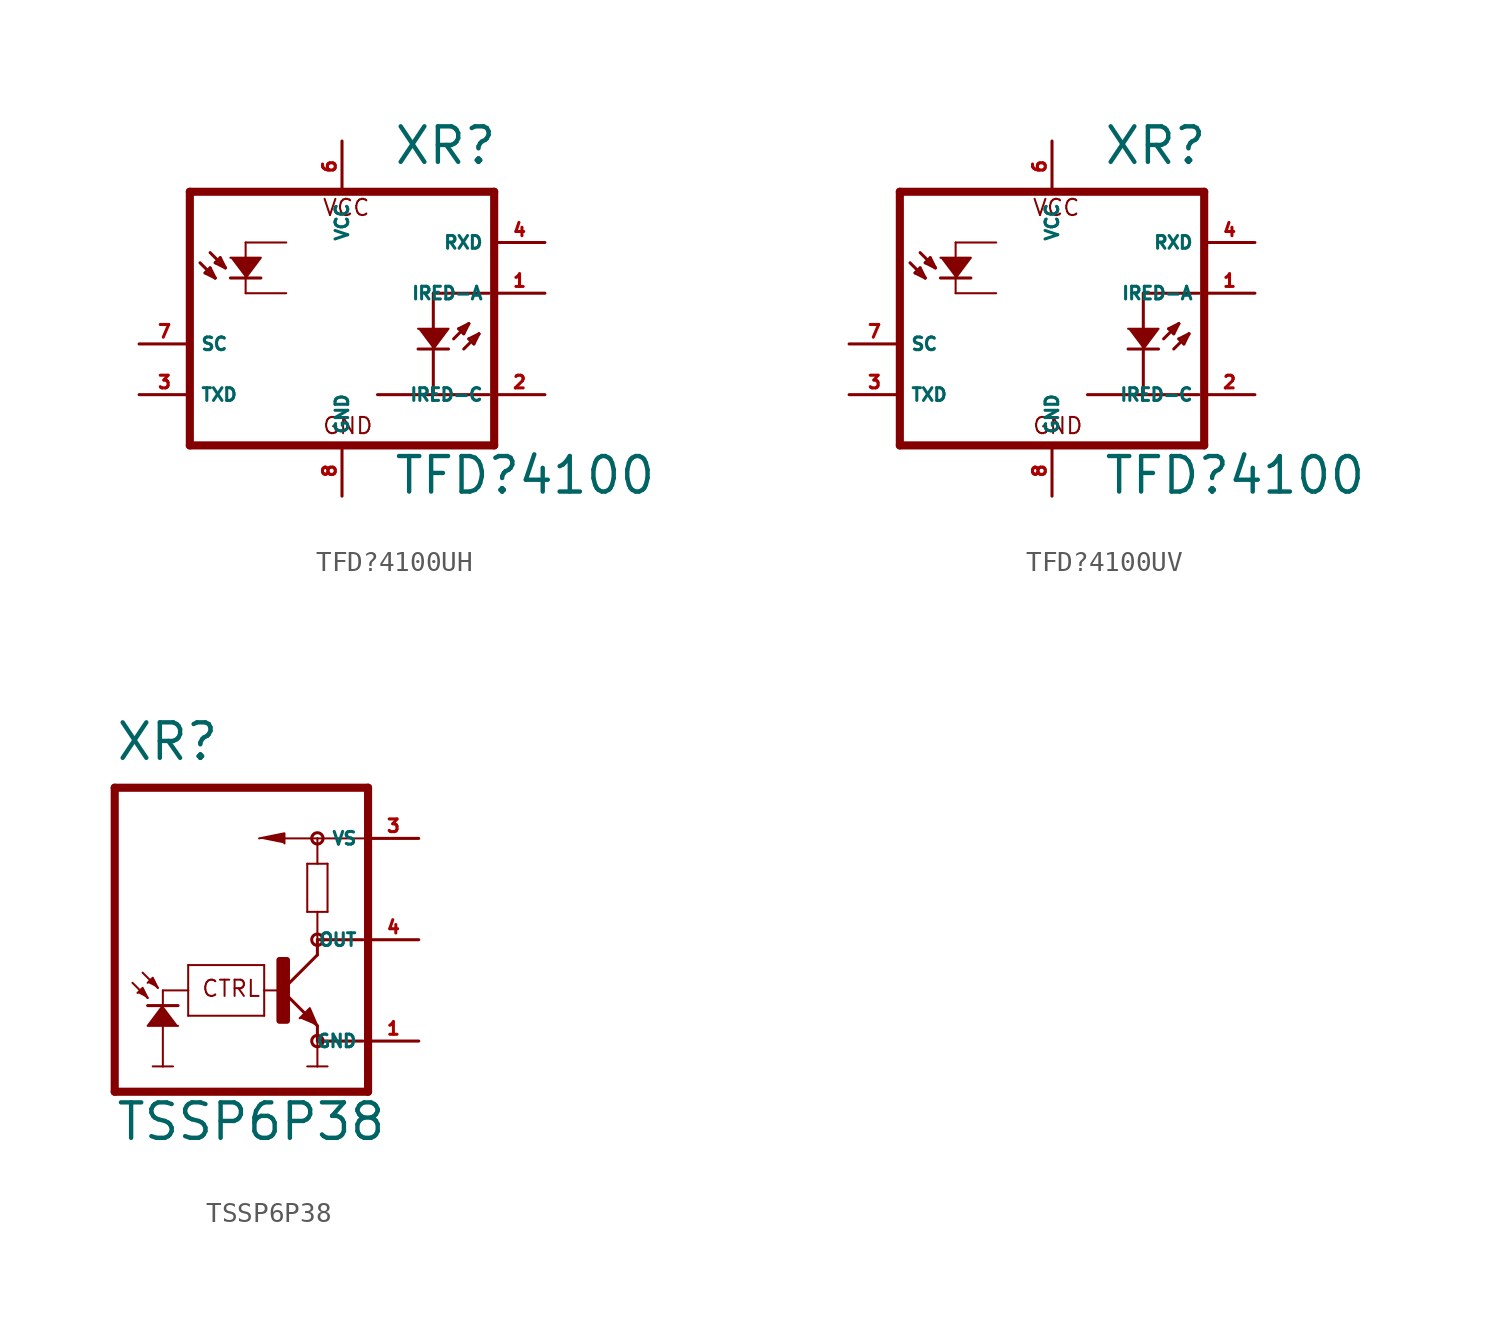
<source format=kicad_sym>
(kicad_symbol_lib
  (version 20220914)
  (generator Eagle2Kicad)
  (symbol "TFD?4100UH"
    (property "Reference" "XR"
      (at 2.54 6.35 0)
      (effects (font (size 1.778 1.778) (thickness 0.22)) (justify left bottom)))
    (property "Value" "TFD?4100"
      (at 2.54 -10.16 0)
      (effects (font (size 1.778 1.778) (thickness 0.22)) (justify left bottom)))
    (polyline
      (pts (xy -5.588 1.778) (xy -4.064 1.778) (xy -4.826 0.762))
      (stroke (width 0.102) (type default))
      (fill (type outline)))
    (polyline
      (pts (xy 3.81 -1.778) (xy 5.334 -1.778) (xy 4.572 -2.794))
      (stroke (width 0.102) (type default))
      (fill (type outline)))
    (polyline
      (pts (xy -7.62 5.08) (xy 7.62 5.08))
      (stroke (width 0.406) (type default))
      (fill (type none)))
    (polyline
      (pts (xy 7.62 5.08) (xy 7.62 -7.62))
      (stroke (width 0.406) (type default))
      (fill (type none)))
    (polyline
      (pts (xy 7.62 -7.62) (xy -7.62 -7.62))
      (stroke (width 0.406) (type default))
      (fill (type none)))
    (polyline
      (pts (xy -7.62 -7.62) (xy -7.62 5.08))
      (stroke (width 0.406) (type default))
      (fill (type none)))
    (polyline
      (pts (xy -4.826 2.54) (xy -4.826 0))
      (stroke (width 0.102) (type default))
      (fill (type none)))
    (polyline
      (pts (xy -4.826 0) (xy -2.794 0))
      (stroke (width 0.102) (type default))
      (fill (type none)))
    (polyline
      (pts (xy -4.826 2.54) (xy -2.794 2.54))
      (stroke (width 0.102) (type default))
      (fill (type none)))
    (polyline
      (pts (xy -5.588 0.762) (xy -4.064 0.762))
      (stroke (width 0.152) (type default))
      (fill (type none)))
    (polyline
      (pts (xy -6.604 2.032) (xy -5.842 1.27))
      (stroke (width 0.152) (type default))
      (fill (type none)))
    (polyline
      (pts (xy -5.842 1.27) (xy -6.096 1.778))
      (stroke (width 0.152) (type default))
      (fill (type none)))
    (polyline
      (pts (xy -6.096 1.778) (xy -6.35 1.524))
      (stroke (width 0.152) (type default))
      (fill (type none)))
    (polyline
      (pts (xy -6.35 1.524) (xy -5.842 1.27))
      (stroke (width 0.152) (type default))
      (fill (type none)))
    (polyline
      (pts (xy -7.112 1.524) (xy -6.35 0.762))
      (stroke (width 0.152) (type default))
      (fill (type none)))
    (polyline
      (pts (xy -6.35 0.762) (xy -6.604 1.27))
      (stroke (width 0.152) (type default))
      (fill (type none)))
    (polyline
      (pts (xy -6.604 1.27) (xy -6.858 1.016))
      (stroke (width 0.152) (type default))
      (fill (type none)))
    (polyline
      (pts (xy -6.858 1.016) (xy -6.35 0.762))
      (stroke (width 0.152) (type default))
      (fill (type none)))
    (polyline
      (pts (xy 3.81 -2.794) (xy 5.334 -2.794))
      (stroke (width 0.152) (type default))
      (fill (type none)))
    (polyline
      (pts (xy 5.588 -2.286) (xy 6.35 -1.524))
      (stroke (width 0.152) (type default))
      (fill (type none)))
    (polyline
      (pts (xy 6.35 -1.524) (xy 5.842 -1.778))
      (stroke (width 0.152) (type default))
      (fill (type none)))
    (polyline
      (pts (xy 5.842 -1.778) (xy 6.096 -2.032))
      (stroke (width 0.152) (type default))
      (fill (type none)))
    (polyline
      (pts (xy 6.096 -2.032) (xy 6.35 -1.524))
      (stroke (width 0.152) (type default))
      (fill (type none)))
    (polyline
      (pts (xy 6.096 -2.794) (xy 6.858 -2.032))
      (stroke (width 0.152) (type default))
      (fill (type none)))
    (polyline
      (pts (xy 6.858 -2.032) (xy 6.35 -2.286))
      (stroke (width 0.152) (type default))
      (fill (type none)))
    (polyline
      (pts (xy 6.35 -2.286) (xy 6.604 -2.54))
      (stroke (width 0.152) (type default))
      (fill (type none)))
    (polyline
      (pts (xy 6.604 -2.54) (xy 6.858 -2.032))
      (stroke (width 0.152) (type default))
      (fill (type none)))
    (polyline
      (pts (xy 7.366 0) (xy 4.572 0))
      (stroke (width 0.152) (type default))
      (fill (type none)))
    (polyline
      (pts (xy 4.572 0) (xy 4.572 -5.08))
      (stroke (width 0.152) (type default))
      (fill (type none)))
    (polyline
      (pts (xy 4.572 -5.08) (xy 7.366 -5.08))
      (stroke (width 0.152) (type default))
      (fill (type none)))
    (polyline
      (pts (xy 4.572 -5.08) (xy 1.778 -5.08))
      (stroke (width 0.152) (type default))
      (fill (type none)))
    (text "VCC"
      (at -1.016 3.81 0)
      (effects (font (size 0.813 0.813) (thickness 0.10)) (justify left bottom)))
    (text "GND"
      (at -1.016 -7.112 0)
      (effects (font (size 0.813 0.813) (thickness 0.10)) (justify left bottom)))
    (pin input line
      (at -10.16 -2.54 0)
      (length 2.54)
      (name "SC" (effects (font (size 0.635 0.635) (thickness 0.08)) (justify left bottom)))
      (number "7" (effects (font (size 0.635 0.635) (thickness 0.08)) (justify left bottom))))
    (pin input line
      (at -10.16 -5.08 0)
      (length 2.54)
      (name "TXD" (effects (font (size 0.635 0.635) (thickness 0.08)) (justify left bottom)))
      (number "3" (effects (font (size 0.635 0.635) (thickness 0.08)) (justify left bottom))))
    (pin output line
      (at 10.16 2.54 180)
      (length 2.54)
      (name "RXD" (effects (font (size 0.635 0.635) (thickness 0.08)) (justify left bottom)))
      (number "4" (effects (font (size 0.635 0.635) (thickness 0.08)) (justify left bottom))))
    (pin output line
      (at 10.16 -5.08 180)
      (length 2.54)
      (name "IRED-C" (effects (font (size 0.635 0.635) (thickness 0.08)) (justify left bottom)))
      (number "2" (effects (font (size 0.635 0.635) (thickness 0.08)) (justify left bottom))))
    (pin passive line
      (at 10.16 0 180)
      (length 2.54)
      (name "IRED-A" (effects (font (size 0.635 0.635) (thickness 0.08)) (justify left bottom)))
      (number "1" (effects (font (size 0.635 0.635) (thickness 0.08)) (justify left bottom))))
    (pin unspecified line
      (at 0 -10.16 90)
      (length 2.54)
      (name "GND" (effects (font (size 0.635 0.635) (thickness 0.08)) (justify left bottom)))
      (number "8" (effects (font (size 0.635 0.635) (thickness 0.08)) (justify left bottom))))
    (pin unspecified line
      (at 0 7.62 270)
      (length 2.54)
      (name "VCC" (effects (font (size 0.635 0.635) (thickness 0.08)) (justify left bottom)))
      (number "6" (effects (font (size 0.635 0.635) (thickness 0.08)) (justify left bottom)))))
  (symbol "TFD?4100UV"
    (property "Reference" "XR"
      (at 2.54 6.35 0)
      (effects (font (size 1.778 1.778) (thickness 0.22)) (justify left bottom)))
    (property "Value" "TFD?4100"
      (at 2.54 -10.16 0)
      (effects (font (size 1.778 1.778) (thickness 0.22)) (justify left bottom)))
    (polyline
      (pts (xy -5.588 1.778) (xy -4.064 1.778) (xy -4.826 0.762))
      (stroke (width 0.102) (type default))
      (fill (type outline)))
    (polyline
      (pts (xy 3.81 -1.778) (xy 5.334 -1.778) (xy 4.572 -2.794))
      (stroke (width 0.102) (type default))
      (fill (type outline)))
    (polyline
      (pts (xy -7.62 5.08) (xy 7.62 5.08))
      (stroke (width 0.406) (type default))
      (fill (type none)))
    (polyline
      (pts (xy 7.62 5.08) (xy 7.62 -7.62))
      (stroke (width 0.406) (type default))
      (fill (type none)))
    (polyline
      (pts (xy 7.62 -7.62) (xy -7.62 -7.62))
      (stroke (width 0.406) (type default))
      (fill (type none)))
    (polyline
      (pts (xy -7.62 -7.62) (xy -7.62 5.08))
      (stroke (width 0.406) (type default))
      (fill (type none)))
    (polyline
      (pts (xy -4.826 2.54) (xy -4.826 0))
      (stroke (width 0.102) (type default))
      (fill (type none)))
    (polyline
      (pts (xy -4.826 0) (xy -2.794 0))
      (stroke (width 0.102) (type default))
      (fill (type none)))
    (polyline
      (pts (xy -4.826 2.54) (xy -2.794 2.54))
      (stroke (width 0.102) (type default))
      (fill (type none)))
    (polyline
      (pts (xy -5.588 0.762) (xy -4.064 0.762))
      (stroke (width 0.152) (type default))
      (fill (type none)))
    (polyline
      (pts (xy -6.604 2.032) (xy -5.842 1.27))
      (stroke (width 0.152) (type default))
      (fill (type none)))
    (polyline
      (pts (xy -5.842 1.27) (xy -6.096 1.778))
      (stroke (width 0.152) (type default))
      (fill (type none)))
    (polyline
      (pts (xy -6.096 1.778) (xy -6.35 1.524))
      (stroke (width 0.152) (type default))
      (fill (type none)))
    (polyline
      (pts (xy -6.35 1.524) (xy -5.842 1.27))
      (stroke (width 0.152) (type default))
      (fill (type none)))
    (polyline
      (pts (xy -7.112 1.524) (xy -6.35 0.762))
      (stroke (width 0.152) (type default))
      (fill (type none)))
    (polyline
      (pts (xy -6.35 0.762) (xy -6.604 1.27))
      (stroke (width 0.152) (type default))
      (fill (type none)))
    (polyline
      (pts (xy -6.604 1.27) (xy -6.858 1.016))
      (stroke (width 0.152) (type default))
      (fill (type none)))
    (polyline
      (pts (xy -6.858 1.016) (xy -6.35 0.762))
      (stroke (width 0.152) (type default))
      (fill (type none)))
    (polyline
      (pts (xy 3.81 -2.794) (xy 5.334 -2.794))
      (stroke (width 0.152) (type default))
      (fill (type none)))
    (polyline
      (pts (xy 5.588 -2.286) (xy 6.35 -1.524))
      (stroke (width 0.152) (type default))
      (fill (type none)))
    (polyline
      (pts (xy 6.35 -1.524) (xy 5.842 -1.778))
      (stroke (width 0.152) (type default))
      (fill (type none)))
    (polyline
      (pts (xy 5.842 -1.778) (xy 6.096 -2.032))
      (stroke (width 0.152) (type default))
      (fill (type none)))
    (polyline
      (pts (xy 6.096 -2.032) (xy 6.35 -1.524))
      (stroke (width 0.152) (type default))
      (fill (type none)))
    (polyline
      (pts (xy 6.096 -2.794) (xy 6.858 -2.032))
      (stroke (width 0.152) (type default))
      (fill (type none)))
    (polyline
      (pts (xy 6.858 -2.032) (xy 6.35 -2.286))
      (stroke (width 0.152) (type default))
      (fill (type none)))
    (polyline
      (pts (xy 6.35 -2.286) (xy 6.604 -2.54))
      (stroke (width 0.152) (type default))
      (fill (type none)))
    (polyline
      (pts (xy 6.604 -2.54) (xy 6.858 -2.032))
      (stroke (width 0.152) (type default))
      (fill (type none)))
    (polyline
      (pts (xy 7.366 0) (xy 4.572 0))
      (stroke (width 0.152) (type default))
      (fill (type none)))
    (polyline
      (pts (xy 4.572 0) (xy 4.572 -5.08))
      (stroke (width 0.152) (type default))
      (fill (type none)))
    (polyline
      (pts (xy 4.572 -5.08) (xy 7.366 -5.08))
      (stroke (width 0.152) (type default))
      (fill (type none)))
    (polyline
      (pts (xy 4.572 -5.08) (xy 1.778 -5.08))
      (stroke (width 0.152) (type default))
      (fill (type none)))
    (text "VCC"
      (at -1.016 3.81 0)
      (effects (font (size 0.813 0.813) (thickness 0.10)) (justify left bottom)))
    (text "GND"
      (at -1.016 -7.112 0)
      (effects (font (size 0.813 0.813) (thickness 0.10)) (justify left bottom)))
    (pin input line
      (at -10.16 -2.54 0)
      (length 2.54)
      (name "SC" (effects (font (size 0.635 0.635) (thickness 0.08)) (justify left bottom)))
      (number "7" (effects (font (size 0.635 0.635) (thickness 0.08)) (justify left bottom))))
    (pin input line
      (at -10.16 -5.08 0)
      (length 2.54)
      (name "TXD" (effects (font (size 0.635 0.635) (thickness 0.08)) (justify left bottom)))
      (number "3" (effects (font (size 0.635 0.635) (thickness 0.08)) (justify left bottom))))
    (pin output line
      (at 10.16 2.54 180)
      (length 2.54)
      (name "RXD" (effects (font (size 0.635 0.635) (thickness 0.08)) (justify left bottom)))
      (number "4" (effects (font (size 0.635 0.635) (thickness 0.08)) (justify left bottom))))
    (pin output line
      (at 10.16 -5.08 180)
      (length 2.54)
      (name "IRED-C" (effects (font (size 0.635 0.635) (thickness 0.08)) (justify left bottom)))
      (number "2" (effects (font (size 0.635 0.635) (thickness 0.08)) (justify left bottom))))
    (pin passive line
      (at 10.16 0 180)
      (length 2.54)
      (name "IRED-A" (effects (font (size 0.635 0.635) (thickness 0.08)) (justify left bottom)))
      (number "1" (effects (font (size 0.635 0.635) (thickness 0.08)) (justify left bottom))))
    (pin unspecified line
      (at 0 -10.16 90)
      (length 2.54)
      (name "GND" (effects (font (size 0.635 0.635) (thickness 0.08)) (justify left bottom)))
      (number "8" (effects (font (size 0.635 0.635) (thickness 0.08)) (justify left bottom))))
    (pin unspecified line
      (at 0 7.62 270)
      (length 2.54)
      (name "VCC" (effects (font (size 0.635 0.635) (thickness 0.08)) (justify left bottom)))
      (number "6" (effects (font (size 0.635 0.635) (thickness 0.08)) (justify left bottom)))))
  (symbol "TSSP6P38"
    (property "Reference" "XR"
      (at -5.08 8.89 0)
      (effects (font (size 1.778 1.778) (thickness 0.22)) (justify left bottom)))
    (property "Value" "TSSP6P38"
      (at -5.08 -10.16 0)
      (effects (font (size 1.778 1.778) (thickness 0.22)) (justify left bottom)))
    (polyline
      (pts (xy -3.429 -2.921) (xy -3.683 -2.413) (xy -3.937 -2.667))
      (stroke (width 0.102) (type default))
      (fill (type outline)))
    (polyline
      (pts (xy -2.921 -2.413) (xy -3.175 -1.905) (xy -3.429 -2.159))
      (stroke (width 0.102) (type default))
      (fill (type outline)))
    (polyline
      (pts (xy -1.905 -4.318) (xy -3.429 -4.318) (xy -2.667 -3.302))
      (stroke (width 0.102) (type default))
      (fill (type outline)))
    (polyline
      (pts (xy 3.429 4.826) (xy 3.429 5.334) (xy 2.159 5.08))
      (stroke (width 0.102) (type default))
      (fill (type outline)))
    (polyline
      (pts (xy 5.08 -4.318) (xy 4.699 -3.429) (xy 4.191 -3.937))
      (stroke (width 0.102) (type default))
      (fill (type outline)))
    (polyline
      (pts (xy -5.08 7.62) (xy 7.62 7.62))
      (stroke (width 0.406) (type default))
      (fill (type none)))
    (polyline
      (pts (xy 7.62 7.62) (xy 7.62 -7.62))
      (stroke (width 0.406) (type default))
      (fill (type none)))
    (polyline
      (pts (xy 7.62 -7.62) (xy -5.08 -7.62))
      (stroke (width 0.406) (type default))
      (fill (type none)))
    (polyline
      (pts (xy -5.08 -7.62) (xy -5.08 7.62))
      (stroke (width 0.406) (type default))
      (fill (type none)))
    (polyline
      (pts (xy -2.667 -2.54) (xy -2.667 -6.35))
      (stroke (width 0.102) (type default))
      (fill (type none)))
    (polyline
      (pts (xy -2.667 -2.54) (xy -1.397 -2.54))
      (stroke (width 0.102) (type default))
      (fill (type none)))
    (polyline
      (pts (xy -3.683 -1.651) (xy -2.921 -2.413))
      (stroke (width 0.102) (type default))
      (fill (type none)))
    (polyline
      (pts (xy -4.191 -2.159) (xy -3.429 -2.921))
      (stroke (width 0.102) (type default))
      (fill (type none)))
    (polyline
      (pts (xy 7.366 0) (xy 5.08 0))
      (stroke (width 0.152) (type default))
      (fill (type none)))
    (polyline
      (pts (xy 5.08 -5.08) (xy 7.366 -5.08))
      (stroke (width 0.152) (type default))
      (fill (type none)))
    (polyline
      (pts (xy 5.08 0) (xy 5.08 -0.762))
      (stroke (width 0.152) (type default))
      (fill (type none)))
    (polyline
      (pts (xy 5.08 -0.762) (xy 3.302 -2.54))
      (stroke (width 0.152) (type default))
      (fill (type none)))
    (polyline
      (pts (xy 3.302 -2.54) (xy 5.08 -4.318))
      (stroke (width 0.152) (type default))
      (fill (type none)))
    (polyline
      (pts (xy 5.08 -4.318) (xy 5.08 -5.08))
      (stroke (width 0.152) (type default))
      (fill (type none)))
    (polyline
      (pts (xy -1.397 -3.81) (xy -1.397 -2.54))
      (stroke (width 0.102) (type default))
      (fill (type none)))
    (polyline
      (pts (xy -1.397 -2.54) (xy -1.397 -1.27))
      (stroke (width 0.102) (type default))
      (fill (type none)))
    (polyline
      (pts (xy 2.413 -3.81) (xy 2.413 -2.54))
      (stroke (width 0.102) (type default))
      (fill (type none)))
    (polyline
      (pts (xy 2.413 -2.54) (xy 2.413 -1.27))
      (stroke (width 0.102) (type default))
      (fill (type none)))
    (polyline
      (pts (xy 2.413 -1.27) (xy -1.397 -1.27))
      (stroke (width 0.102) (type default))
      (fill (type none)))
    (polyline
      (pts (xy 2.413 -3.81) (xy -1.397 -3.81))
      (stroke (width 0.102) (type default))
      (fill (type none)))
    (polyline
      (pts (xy 2.413 -2.54) (xy 3.302 -2.54))
      (stroke (width 0.102) (type default))
      (fill (type none)))
    (polyline
      (pts (xy -1.905 -3.302) (xy -3.429 -3.302))
      (stroke (width 0.152) (type default))
      (fill (type none)))
    (polyline
      (pts (xy 5.08 5.08) (xy 5.08 3.81))
      (stroke (width 0.102) (type default))
      (fill (type none)))
    (polyline
      (pts (xy 5.588 3.81) (xy 5.588 1.397))
      (stroke (width 0.102) (type default))
      (fill (type none)))
    (polyline
      (pts (xy 4.572 3.81) (xy 5.588 3.81))
      (stroke (width 0.102) (type default))
      (fill (type none)))
    (polyline
      (pts (xy 4.572 3.81) (xy 4.572 1.397))
      (stroke (width 0.102) (type default))
      (fill (type none)))
    (polyline
      (pts (xy 4.572 1.397) (xy 5.08 1.397))
      (stroke (width 0.102) (type default))
      (fill (type none)))
    (polyline
      (pts (xy 5.08 1.397) (xy 5.588 1.397))
      (stroke (width 0.102) (type default))
      (fill (type none)))
    (polyline
      (pts (xy 5.08 0) (xy 5.08 1.397))
      (stroke (width 0.102) (type default))
      (fill (type none)))
    (polyline
      (pts (xy 5.08 5.08) (xy 7.493 5.08))
      (stroke (width 0.102) (type default))
      (fill (type none)))
    (polyline
      (pts (xy 5.08 5.08) (xy 3.429 5.08))
      (stroke (width 0.102) (type default))
      (fill (type none)))
    (polyline
      (pts (xy -3.175 -6.35) (xy -2.667 -6.35))
      (stroke (width 0.102) (type default))
      (fill (type none)))
    (polyline
      (pts (xy -2.667 -6.35) (xy -2.159 -6.35))
      (stroke (width 0.102) (type default))
      (fill (type none)))
    (polyline
      (pts (xy 5.08 -5.08) (xy 5.08 -6.35))
      (stroke (width 0.102) (type default))
      (fill (type none)))
    (polyline
      (pts (xy 4.572 -6.35) (xy 5.08 -6.35))
      (stroke (width 0.102) (type default))
      (fill (type none)))
    (polyline
      (pts (xy 5.08 -6.35) (xy 5.588 -6.35))
      (stroke (width 0.102) (type default))
      (fill (type none)))
    (text "CTRL"
      (at -0.762 -2.921 0)
      (effects (font (size 0.813 0.813) (thickness 0.10)) (justify left bottom)))
    (circle
      (center 5.08 0)
      (radius 0.284)
      (stroke (width 0) (type default))
      (fill (type none)))
    (circle
      (center 5.08 5.08)
      (radius 0.284)
      (stroke (width 0) (type default))
      (fill (type none)))
    (circle
      (center 5.08 -5.08)
      (radius 0.284)
      (stroke (width 0) (type default))
      (fill (type none)))
    (rectangle
      (start 3.175 -4.064)
      (end 3.556 -1.016)
      (stroke (width 0.3) (type default))
      (fill (type outline)))
    (pin output line
      (at 10.16 0 180)
      (length 2.54)
      (name "OUT" (effects (font (size 0.635 0.635) (thickness 0.08)) (justify left bottom)))
      (number "4" (effects (font (size 0.635 0.635) (thickness 0.08)) (justify left bottom))))
    (pin unspecified line
      (at 10.16 -5.08 180)
      (length 2.54)
      (name "GND" (effects (font (size 0.635 0.635) (thickness 0.08)) (justify left bottom)))
      (number "1" (effects (font (size 0.635 0.635) (thickness 0.08)) (justify left bottom))))
    (pin unspecified line
      (at 10.16 5.08 180)
      (length 2.54)
      (name "VS" (effects (font (size 0.635 0.635) (thickness 0.08)) (justify left bottom)))
      (number "3" (effects (font (size 0.635 0.635) (thickness 0.08)) (justify left bottom))))))
</source>
